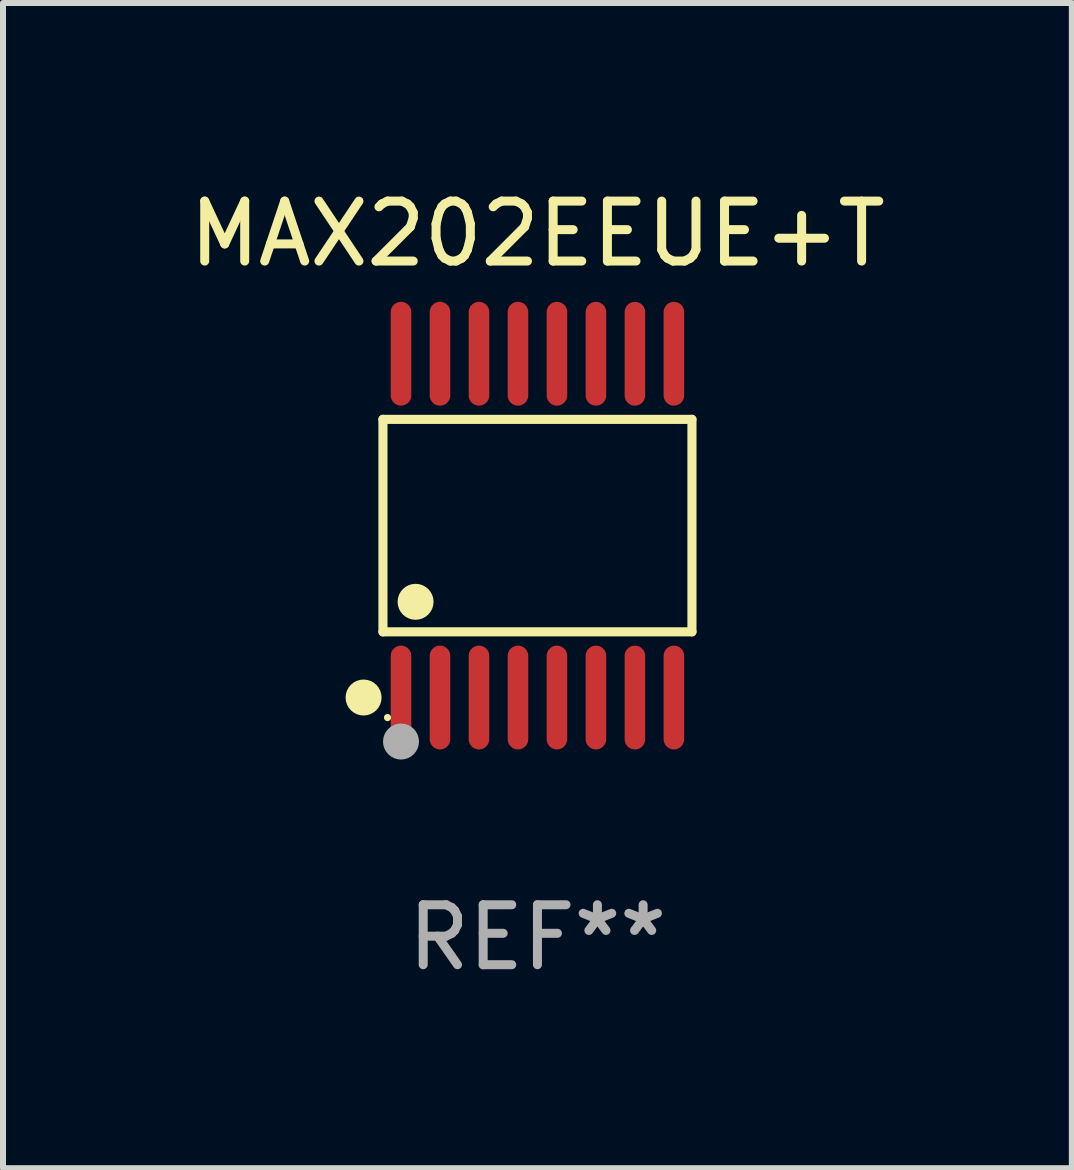
<source format=kicad_pcb>
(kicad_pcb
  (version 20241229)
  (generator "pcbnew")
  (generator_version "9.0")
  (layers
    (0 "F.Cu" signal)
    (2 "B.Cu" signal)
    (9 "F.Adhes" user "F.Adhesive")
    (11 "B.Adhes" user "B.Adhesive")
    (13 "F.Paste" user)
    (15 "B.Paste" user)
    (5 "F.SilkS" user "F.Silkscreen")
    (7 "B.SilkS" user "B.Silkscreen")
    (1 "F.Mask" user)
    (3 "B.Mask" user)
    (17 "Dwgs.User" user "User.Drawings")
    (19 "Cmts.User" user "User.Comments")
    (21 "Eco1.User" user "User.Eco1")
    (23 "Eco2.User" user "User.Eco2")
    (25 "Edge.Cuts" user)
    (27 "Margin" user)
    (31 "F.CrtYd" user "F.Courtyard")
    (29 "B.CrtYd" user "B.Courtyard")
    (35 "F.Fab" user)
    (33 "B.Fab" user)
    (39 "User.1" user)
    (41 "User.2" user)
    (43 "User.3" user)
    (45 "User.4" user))
  (footprint "MAX202EEUE+T"
    (layer "F.Cu")
    (at 5.911 5.714)
    (property "Reference" "MAX202EEUE+T" (at 0 -4.866 0) (layer "F.SilkS") (effects (font (size 1 1) (thickness 0.15))))
    (attr through_hole)
    (fp_line (start -2.576 -1.772) (end 2.576 -1.772) (stroke (width 0.152) (type solid)) (layer "F.SilkS"))
    (fp_line (start -2.576 1.771) (end -2.576 -1.772) (stroke (width 0.152) (type solid)) (layer "F.SilkS"))
    (fp_line (start 2.576 -1.772) (end 2.576 1.771) (stroke (width 0.152) (type solid)) (layer "F.SilkS"))
    (fp_line (start 2.576 1.771) (end -2.576 1.771) (stroke (width 0.152) (type solid)) (layer "F.SilkS"))
    (fp_circle (center -2.899 2.866) (end -2.749 2.866) (stroke (width 0.3) (type solid)) (fill no) (layer "F.SilkS"))
    (fp_circle (center -2.5 3.2) (end -2.47 3.2) (stroke (width 0.06) (type solid)) (fill no) (layer "F.SilkS"))
    (fp_circle (center -2.032 1.27) (end -1.882 1.27) (stroke (width 0.3) (type solid)) (fill no) (layer "F.SilkS"))
    (fp_circle (center -2.275 3.6) (end -2.125 3.6) (stroke (width 0.3) (type solid)) (fill no) (layer "F.Fab"))
    (fp_text user "REF**" (at 0 6.866 0) (layer "F.Fab") (effects (font (size 1 1) (thickness 0.15))))
    (pad "1" smd oval (at -2.275 2.866) (size 0.343 1.731) (layers "F.Cu" "F.Mask" "F.Paste"))
    (pad "2" smd oval (at -1.625 2.866) (size 0.343 1.731) (layers "F.Cu" "F.Mask" "F.Paste"))
    (pad "3" smd oval (at -0.975 2.866) (size 0.343 1.731) (layers "F.Cu" "F.Mask" "F.Paste"))
    (pad "4" smd oval (at -0.325 2.866) (size 0.343 1.731) (layers "F.Cu" "F.Mask" "F.Paste"))
    (pad "5" smd oval (at 0.325 2.866) (size 0.343 1.731) (layers "F.Cu" "F.Mask" "F.Paste"))
    (pad "6" smd oval (at 0.975 2.866) (size 0.343 1.731) (layers "F.Cu" "F.Mask" "F.Paste"))
    (pad "7" smd oval (at 1.625 2.866) (size 0.343 1.731) (layers "F.Cu" "F.Mask" "F.Paste"))
    (pad "8" smd oval (at 2.275 2.866) (size 0.343 1.731) (layers "F.Cu" "F.Mask" "F.Paste"))
    (pad "9" smd oval (at 2.275 -2.866) (size 0.343 1.731) (layers "F.Cu" "F.Mask" "F.Paste"))
    (pad "10" smd oval (at 1.625 -2.866) (size 0.343 1.731) (layers "F.Cu" "F.Mask" "F.Paste"))
    (pad "11" smd oval (at 0.975 -2.866) (size 0.343 1.731) (layers "F.Cu" "F.Mask" "F.Paste"))
    (pad "12" smd oval (at 0.325 -2.866) (size 0.343 1.731) (layers "F.Cu" "F.Mask" "F.Paste"))
    (pad "13" smd oval (at -0.325 -2.866) (size 0.343 1.731) (layers "F.Cu" "F.Mask" "F.Paste"))
    (pad "14" smd oval (at -0.975 -2.866) (size 0.343 1.731) (layers "F.Cu" "F.Mask" "F.Paste"))
    (pad "15" smd oval (at -1.625 -2.866) (size 0.343 1.731) (layers "F.Cu" "F.Mask" "F.Paste"))
    (pad "16" smd oval (at -2.275 -2.866) (size 0.343 1.731) (layers "F.Cu" "F.Mask" "F.Paste")))
  (gr_rect
    (start -3 -3)
    (end 14.821 16.428)
    (stroke (width 0.1) (type default))
    (fill no)
    (layer "Edge.Cuts")))
</source>
